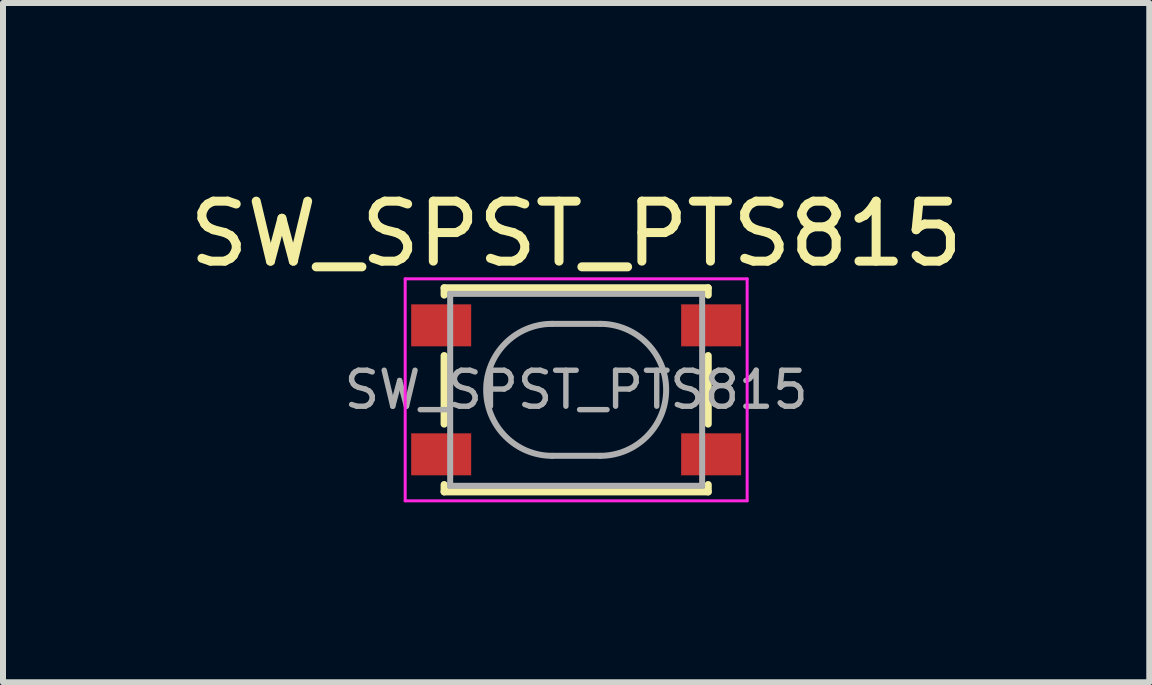
<source format=kicad_pcb>
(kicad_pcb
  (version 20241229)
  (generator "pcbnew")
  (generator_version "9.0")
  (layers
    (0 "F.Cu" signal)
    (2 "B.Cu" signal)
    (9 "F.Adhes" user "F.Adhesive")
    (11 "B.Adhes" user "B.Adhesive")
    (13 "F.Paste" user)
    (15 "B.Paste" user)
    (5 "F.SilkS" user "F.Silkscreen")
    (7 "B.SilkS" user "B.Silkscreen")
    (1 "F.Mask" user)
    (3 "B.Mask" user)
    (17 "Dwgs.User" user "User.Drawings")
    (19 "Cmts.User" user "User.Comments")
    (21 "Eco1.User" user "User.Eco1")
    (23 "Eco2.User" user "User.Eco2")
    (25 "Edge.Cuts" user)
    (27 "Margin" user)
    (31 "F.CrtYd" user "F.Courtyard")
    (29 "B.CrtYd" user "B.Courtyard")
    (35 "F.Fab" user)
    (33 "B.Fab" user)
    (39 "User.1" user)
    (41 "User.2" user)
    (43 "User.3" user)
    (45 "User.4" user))
  (footprint "SW_SPST_PTS815"
    (layer "F.Cu")
    (at 6.554 3.448)
    (property "Reference" "SW_SPST_PTS815" (at 0 -2.6 0) (layer "F.SilkS") (effects (font (size 1 1) (thickness 0.15))))
    (attr smd)
    (fp_line (start -2.2 -1.7) (end -2.2 -1.58) (stroke (width 0.12) (type solid)) (layer "F.SilkS"))
    (fp_line (start -2.2 -0.57) (end -2.2 0.57) (stroke (width 0.12) (type solid)) (layer "F.SilkS"))
    (fp_line (start -2.2 1.58) (end -2.2 1.7) (stroke (width 0.12) (type solid)) (layer "F.SilkS"))
    (fp_line (start -2.2 1.7) (end 2.2 1.7) (stroke (width 0.12) (type solid)) (layer "F.SilkS"))
    (fp_line (start 2.2 -1.7) (end -2.2 -1.7) (stroke (width 0.12) (type solid)) (layer "F.SilkS"))
    (fp_line (start 2.2 -1.58) (end 2.2 -1.7) (stroke (width 0.12) (type solid)) (layer "F.SilkS"))
    (fp_line (start 2.2 0.57) (end 2.2 -0.57) (stroke (width 0.12) (type solid)) (layer "F.SilkS"))
    (fp_line (start 2.2 1.7) (end 2.2 1.58) (stroke (width 0.12) (type solid)) (layer "F.SilkS"))
    (fp_line (start -2.85 -1.85) (end 2.85 -1.85) (stroke (width 0.05) (type solid)) (layer "F.CrtYd"))
    (fp_line (start -2.85 1.85) (end -2.85 -1.85) (stroke (width 0.05) (type solid)) (layer "F.CrtYd"))
    (fp_line (start 2.85 -1.85) (end 2.85 1.85) (stroke (width 0.05) (type solid)) (layer "F.CrtYd"))
    (fp_line (start 2.85 1.85) (end -2.85 1.85) (stroke (width 0.05) (type solid)) (layer "F.CrtYd"))
    (fp_line (start -2.1 -1.6) (end -2.1 1.6) (stroke (width 0.1) (type solid)) (layer "F.Fab"))
    (fp_line (start -2.1 1.6) (end 2.1 1.6) (stroke (width 0.1) (type solid)) (layer "F.Fab"))
    (fp_line (start -0.4 -1.1) (end 0.4 -1.1) (stroke (width 0.1) (type solid)) (layer "F.Fab"))
    (fp_line (start 0.4 1.1) (end -0.4 1.1) (stroke (width 0.1) (type solid)) (layer "F.Fab"))
    (fp_line (start 2.1 -1.6) (end -2.1 -1.6) (stroke (width 0.1) (type solid)) (layer "F.Fab"))
    (fp_line (start 2.1 1.6) (end 2.1 -1.6) (stroke (width 0.1) (type solid)) (layer "F.Fab"))
    (fp_arc (start -0.4 1.1) (mid -1.5 0) (end -0.4 -1.1) (stroke (width 0.1) (type solid)) (layer "F.Fab"))
    (fp_arc (start 0.4 -1.1) (mid 1.5 0) (end 0.4 1.1) (stroke (width 0.1) (type solid)) (layer "F.Fab"))
    (fp_text user "${REFERENCE}" (at 0 0 0) (layer "F.Fab") (effects (font (size 0.6 0.6) (thickness 0.09))))
    (pad "1" smd rect (at -2.25 -1.075) (size 1 0.7) (layers "F.Cu" "F.Mask" "F.Paste"))
    (pad "1" smd rect (at 2.25 -1.075) (size 1 0.7) (layers "F.Cu" "F.Mask" "F.Paste"))
    (pad "2" smd rect (at -2.25 1.075) (size 1 0.7) (layers "F.Cu" "F.Mask" "F.Paste"))
    (pad "2" smd rect (at 2.25 1.075) (size 1 0.7) (layers "F.Cu" "F.Mask" "F.Paste")))
  (gr_rect
    (start -3 -3)
    (end 16.107 8.323)
    (stroke (width 0.1) (type default))
    (fill no)
    (layer "Edge.Cuts")))
</source>
